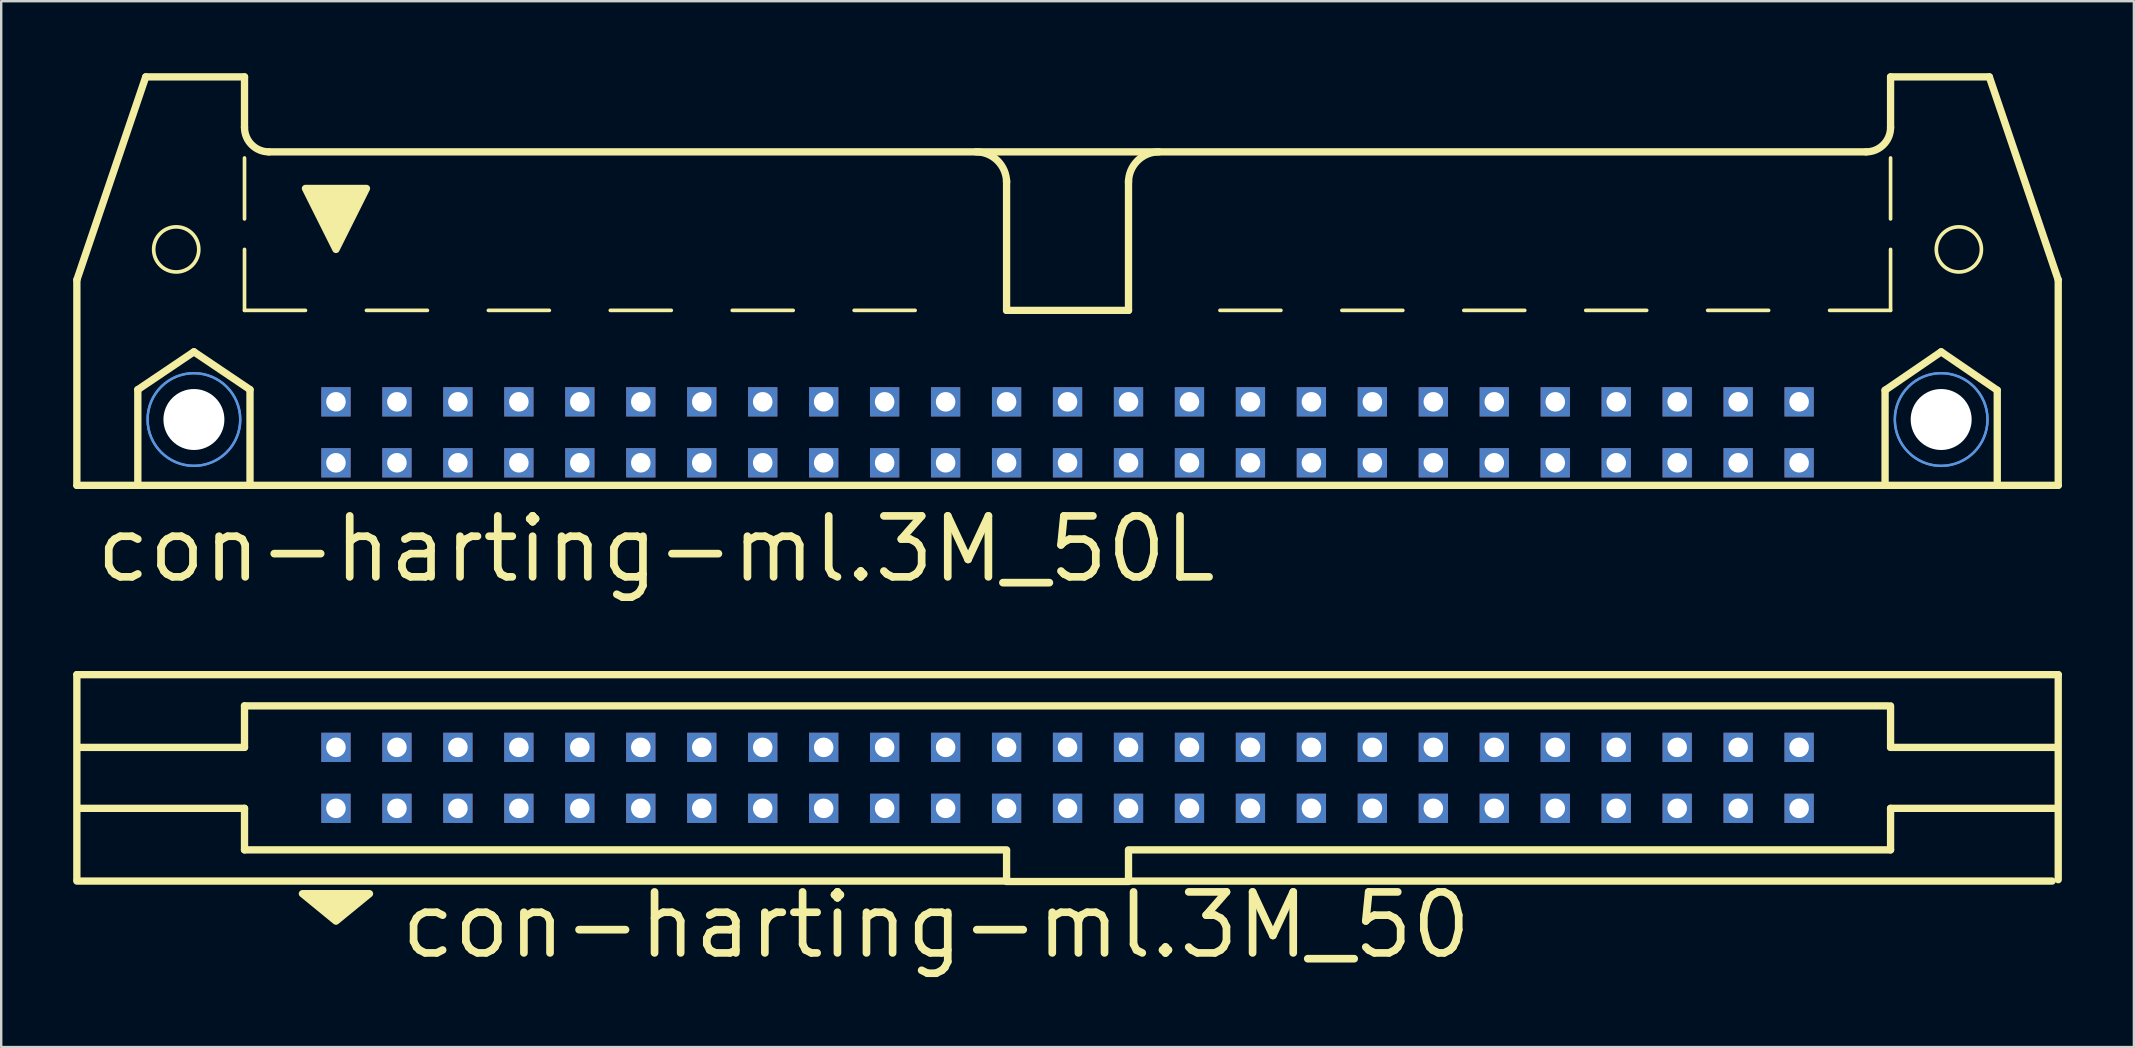
<source format=kicad_pcb>
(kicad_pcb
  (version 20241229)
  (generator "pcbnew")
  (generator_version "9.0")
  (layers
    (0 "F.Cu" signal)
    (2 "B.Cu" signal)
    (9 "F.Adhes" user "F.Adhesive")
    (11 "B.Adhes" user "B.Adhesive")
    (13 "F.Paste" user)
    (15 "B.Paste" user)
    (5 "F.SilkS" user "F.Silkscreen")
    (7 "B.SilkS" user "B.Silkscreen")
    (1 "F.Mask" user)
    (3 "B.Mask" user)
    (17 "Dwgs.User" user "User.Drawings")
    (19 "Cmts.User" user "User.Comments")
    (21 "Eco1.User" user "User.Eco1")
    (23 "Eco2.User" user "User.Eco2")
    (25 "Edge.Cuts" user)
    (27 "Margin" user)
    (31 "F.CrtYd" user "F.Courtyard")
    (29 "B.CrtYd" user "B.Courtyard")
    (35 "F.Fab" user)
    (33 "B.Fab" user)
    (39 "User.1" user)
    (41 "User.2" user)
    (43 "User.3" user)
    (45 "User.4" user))
  (footprint "con-harting-ml.3M_50L"
    (layer "F.Cu")
    (at 41.427 11.151)
    (property "Reference" "con-harting-ml.3M_50L" (at -40.64 10.16 0) (layer "F.SilkS") (effects (font (size 2.54 2.54) (thickness 0.32)) (justify left bottom)))
    (attr through_hole)
    (fp_line (start -41.275 -2.54) (end -41.275 6.02) (stroke (width 0.305) (type default)) (layer "F.SilkS"))
    (fp_line (start -41.275 -2.54) (end -38.405 -10.998) (stroke (width 0.305) (type default)) (layer "F.SilkS"))
    (fp_line (start -41.275 6.02) (end -38.735 6.02) (stroke (width 0.305) (type default)) (layer "F.SilkS"))
    (fp_line (start -38.735 2.032) (end -36.398 0.457) (stroke (width 0.305) (type default)) (layer "F.SilkS"))
    (fp_line (start -38.735 6.02) (end -38.735 2.032) (stroke (width 0.305) (type default)) (layer "F.SilkS"))
    (fp_line (start -38.735 6.02) (end -34.061 6.02) (stroke (width 0.305) (type default)) (layer "F.SilkS"))
    (fp_line (start -36.398 0.457) (end -34.061 2.032) (stroke (width 0.305) (type default)) (layer "F.SilkS"))
    (fp_line (start -34.29 -10.998) (end -38.405 -10.998) (stroke (width 0.305) (type default)) (layer "F.SilkS"))
    (fp_line (start -34.29 -8.89) (end -34.29 -10.998) (stroke (width 0.305) (type default)) (layer "F.SilkS"))
    (fp_line (start -34.29 -5.08) (end -34.29 -7.62) (stroke (width 0.152) (type default)) (layer "F.SilkS"))
    (fp_line (start -34.29 -1.27) (end -34.29 -3.81) (stroke (width 0.152) (type default)) (layer "F.SilkS"))
    (fp_line (start -34.29 -1.27) (end -31.75 -1.27) (stroke (width 0.152) (type default)) (layer "F.SilkS"))
    (fp_line (start -34.061 2.032) (end -34.061 6.02) (stroke (width 0.305) (type default)) (layer "F.SilkS"))
    (fp_line (start -34.061 6.02) (end 34.061 6.02) (stroke (width 0.305) (type default)) (layer "F.SilkS"))
    (fp_line (start -33.274 -7.874) (end 33.274 -7.874) (stroke (width 0.305) (type default)) (layer "F.SilkS"))
    (fp_line (start -29.21 -1.27) (end -26.67 -1.27) (stroke (width 0.152) (type default)) (layer "F.SilkS"))
    (fp_line (start -24.13 -1.27) (end -21.59 -1.27) (stroke (width 0.152) (type default)) (layer "F.SilkS"))
    (fp_line (start -19.05 -1.27) (end -16.51 -1.27) (stroke (width 0.152) (type default)) (layer "F.SilkS"))
    (fp_line (start -13.97 -1.27) (end -11.43 -1.27) (stroke (width 0.152) (type default)) (layer "F.SilkS"))
    (fp_line (start -8.89 -1.27) (end -6.35 -1.27) (stroke (width 0.152) (type default)) (layer "F.SilkS"))
    (fp_line (start -2.54 -1.27) (end -2.54 -6.68) (stroke (width 0.305) (type default)) (layer "F.SilkS"))
    (fp_line (start 2.54 -1.27) (end -2.54 -1.27) (stroke (width 0.305) (type default)) (layer "F.SilkS"))
    (fp_line (start 2.54 -1.27) (end 2.54 -6.68) (stroke (width 0.305) (type default)) (layer "F.SilkS"))
    (fp_line (start 8.89 -1.27) (end 6.35 -1.27) (stroke (width 0.152) (type default)) (layer "F.SilkS"))
    (fp_line (start 13.97 -1.27) (end 11.43 -1.27) (stroke (width 0.152) (type default)) (layer "F.SilkS"))
    (fp_line (start 19.05 -1.27) (end 16.51 -1.27) (stroke (width 0.152) (type default)) (layer "F.SilkS"))
    (fp_line (start 24.13 -1.27) (end 21.59 -1.27) (stroke (width 0.152) (type default)) (layer "F.SilkS"))
    (fp_line (start 29.21 -1.27) (end 26.67 -1.27) (stroke (width 0.152) (type default)) (layer "F.SilkS"))
    (fp_line (start 34.061 2.057) (end 36.398 0.457) (stroke (width 0.305) (type default)) (layer "F.SilkS"))
    (fp_line (start 34.061 6.02) (end 34.061 2.057) (stroke (width 0.305) (type default)) (layer "F.SilkS"))
    (fp_line (start 34.061 6.02) (end 38.735 6.02) (stroke (width 0.305) (type default)) (layer "F.SilkS"))
    (fp_line (start 34.29 -10.998) (end 38.405 -10.998) (stroke (width 0.305) (type default)) (layer "F.SilkS"))
    (fp_line (start 34.29 -8.89) (end 34.29 -10.998) (stroke (width 0.305) (type default)) (layer "F.SilkS"))
    (fp_line (start 34.29 -5.08) (end 34.29 -7.62) (stroke (width 0.152) (type default)) (layer "F.SilkS"))
    (fp_line (start 34.29 -1.27) (end 31.75 -1.27) (stroke (width 0.152) (type default)) (layer "F.SilkS"))
    (fp_line (start 34.29 -1.27) (end 34.29 -3.81) (stroke (width 0.152) (type default)) (layer "F.SilkS"))
    (fp_line (start 36.398 0.457) (end 38.735 2.057) (stroke (width 0.305) (type default)) (layer "F.SilkS"))
    (fp_line (start 38.735 2.057) (end 38.735 6.02) (stroke (width 0.305) (type default)) (layer "F.SilkS"))
    (fp_line (start 38.735 6.02) (end 41.275 6.02) (stroke (width 0.305) (type default)) (layer "F.SilkS"))
    (fp_line (start 41.275 -2.54) (end 38.405 -10.998) (stroke (width 0.305) (type default)) (layer "F.SilkS"))
    (fp_line (start 41.275 6.02) (end 41.275 -2.54) (stroke (width 0.305) (type default)) (layer "F.SilkS"))
    (fp_arc (start -33.274 -7.874) (mid -33.99242 -8.17158) (end -34.29 -8.89) (stroke (width 0.3048) (type default)) (layer "F.SilkS"))
    (fp_arc (start -3.81 -7.874) (mid -2.911974 -7.502026) (end -2.54 -6.604) (stroke (width 0.3048) (type default)) (layer "F.SilkS"))
    (fp_arc (start 2.54 -6.604) (mid 2.911974 -7.502026) (end 3.81 -7.874) (stroke (width 0.3048) (type default)) (layer "F.SilkS"))
    (fp_arc (start 34.29 -8.89) (mid 33.99242 -8.17158) (end 33.274 -7.874) (stroke (width 0.3048) (type default)) (layer "F.SilkS"))
    (fp_circle (center -37.135 -3.81) (end -36.195 -3.81) (stroke (width 0.152) (type default)) (fill no) (layer "F.SilkS"))
    (fp_circle (center 37.135 -3.81) (end 38.075 -3.81) (stroke (width 0.152) (type default)) (fill no) (layer "F.SilkS"))
    (fp_poly (pts (xy -31.75 -6.35) (xy -29.21 -6.35) (xy -30.48 -3.81)) (stroke (width 0.305) (type default)) (fill yes) (layer "F.SilkS"))
    (fp_circle (center -36.398 3.277) (end -34.468 3.277) (stroke (width 0.1) (type default)) (fill no) (layer "Cmts.User"))
    (fp_circle (center -36.398 3.277) (end -34.468 3.277) (stroke (width 0.1) (type default)) (fill no) (layer "Cmts.User"))
    (fp_circle (center 36.398 3.277) (end 38.329 3.277) (stroke (width 0.1) (type default)) (fill no) (layer "Cmts.User"))
    (fp_circle (center 36.398 3.277) (end 38.329 3.277) (stroke (width 0.1) (type default)) (fill no) (layer "Cmts.User"))
    (pad "" np_thru_hole circle (at -36.398 3.277) (size 2.54 2.54) (drill 2.54) (layers "*.Cu" "*.Mask"))
    (pad "" np_thru_hole circle (at 36.398 3.277) (size 2.54 2.54) (drill 2.54) (layers "*.Cu" "*.Mask"))
    (pad "1" thru_hole rect (at -30.48 5.08) (size 1.219 1.219) (drill 0.813) (layers "*.Cu" "*.Mask"))
    (pad "2" thru_hole rect (at -30.48 2.54) (size 1.219 1.219) (drill 0.813) (layers "*.Cu" "*.Mask"))
    (pad "3" thru_hole rect (at -27.94 5.08) (size 1.219 1.219) (drill 0.813) (layers "*.Cu" "*.Mask"))
    (pad "4" thru_hole rect (at -27.94 2.54) (size 1.219 1.219) (drill 0.813) (layers "*.Cu" "*.Mask"))
    (pad "5" thru_hole rect (at -25.4 5.08) (size 1.219 1.219) (drill 0.813) (layers "*.Cu" "*.Mask"))
    (pad "6" thru_hole rect (at -25.4 2.54) (size 1.219 1.219) (drill 0.813) (layers "*.Cu" "*.Mask"))
    (pad "7" thru_hole rect (at -22.86 5.08) (size 1.219 1.219) (drill 0.813) (layers "*.Cu" "*.Mask"))
    (pad "8" thru_hole rect (at -22.86 2.54) (size 1.219 1.219) (drill 0.813) (layers "*.Cu" "*.Mask"))
    (pad "9" thru_hole rect (at -20.32 5.08) (size 1.219 1.219) (drill 0.813) (layers "*.Cu" "*.Mask"))
    (pad "10" thru_hole rect (at -20.32 2.54) (size 1.219 1.219) (drill 0.813) (layers "*.Cu" "*.Mask"))
    (pad "11" thru_hole rect (at -17.78 5.08) (size 1.219 1.219) (drill 0.813) (layers "*.Cu" "*.Mask"))
    (pad "12" thru_hole rect (at -17.78 2.54) (size 1.219 1.219) (drill 0.813) (layers "*.Cu" "*.Mask"))
    (pad "13" thru_hole rect (at -15.24 5.08) (size 1.219 1.219) (drill 0.813) (layers "*.Cu" "*.Mask"))
    (pad "14" thru_hole rect (at -15.24 2.54) (size 1.219 1.219) (drill 0.813) (layers "*.Cu" "*.Mask"))
    (pad "15" thru_hole rect (at -12.7 5.08) (size 1.219 1.219) (drill 0.813) (layers "*.Cu" "*.Mask"))
    (pad "16" thru_hole rect (at -12.7 2.54) (size 1.219 1.219) (drill 0.813) (layers "*.Cu" "*.Mask"))
    (pad "17" thru_hole rect (at -10.16 5.08) (size 1.219 1.219) (drill 0.813) (layers "*.Cu" "*.Mask"))
    (pad "18" thru_hole rect (at -10.16 2.54) (size 1.219 1.219) (drill 0.813) (layers "*.Cu" "*.Mask"))
    (pad "19" thru_hole rect (at -7.62 5.08) (size 1.219 1.219) (drill 0.813) (layers "*.Cu" "*.Mask"))
    (pad "20" thru_hole rect (at -7.62 2.54) (size 1.219 1.219) (drill 0.813) (layers "*.Cu" "*.Mask"))
    (pad "21" thru_hole rect (at -5.08 5.08) (size 1.219 1.219) (drill 0.813) (layers "*.Cu" "*.Mask"))
    (pad "22" thru_hole rect (at -5.08 2.54) (size 1.219 1.219) (drill 0.813) (layers "*.Cu" "*.Mask"))
    (pad "23" thru_hole rect (at -2.54 5.08) (size 1.219 1.219) (drill 0.813) (layers "*.Cu" "*.Mask"))
    (pad "24" thru_hole rect (at -2.54 2.54) (size 1.219 1.219) (drill 0.813) (layers "*.Cu" "*.Mask"))
    (pad "25" thru_hole rect (at 0 5.08) (size 1.219 1.219) (drill 0.813) (layers "*.Cu" "*.Mask"))
    (pad "26" thru_hole rect (at 0 2.54) (size 1.219 1.219) (drill 0.813) (layers "*.Cu" "*.Mask"))
    (pad "27" thru_hole rect (at 2.54 5.08) (size 1.219 1.219) (drill 0.813) (layers "*.Cu" "*.Mask"))
    (pad "28" thru_hole rect (at 2.54 2.54) (size 1.219 1.219) (drill 0.813) (layers "*.Cu" "*.Mask"))
    (pad "29" thru_hole rect (at 5.08 5.08) (size 1.219 1.219) (drill 0.813) (layers "*.Cu" "*.Mask"))
    (pad "30" thru_hole rect (at 5.08 2.54) (size 1.219 1.219) (drill 0.813) (layers "*.Cu" "*.Mask"))
    (pad "31" thru_hole rect (at 7.62 5.08) (size 1.219 1.219) (drill 0.813) (layers "*.Cu" "*.Mask"))
    (pad "32" thru_hole rect (at 7.62 2.54) (size 1.219 1.219) (drill 0.813) (layers "*.Cu" "*.Mask"))
    (pad "33" thru_hole rect (at 10.16 5.08) (size 1.219 1.219) (drill 0.813) (layers "*.Cu" "*.Mask"))
    (pad "34" thru_hole rect (at 10.16 2.54) (size 1.219 1.219) (drill 0.813) (layers "*.Cu" "*.Mask"))
    (pad "35" thru_hole rect (at 12.7 5.08) (size 1.219 1.219) (drill 0.813) (layers "*.Cu" "*.Mask"))
    (pad "36" thru_hole rect (at 12.7 2.54) (size 1.219 1.219) (drill 0.813) (layers "*.Cu" "*.Mask"))
    (pad "37" thru_hole rect (at 15.24 5.08) (size 1.219 1.219) (drill 0.813) (layers "*.Cu" "*.Mask"))
    (pad "38" thru_hole rect (at 15.24 2.54) (size 1.219 1.219) (drill 0.813) (layers "*.Cu" "*.Mask"))
    (pad "39" thru_hole rect (at 17.78 5.08) (size 1.219 1.219) (drill 0.813) (layers "*.Cu" "*.Mask"))
    (pad "40" thru_hole rect (at 17.78 2.54) (size 1.219 1.219) (drill 0.813) (layers "*.Cu" "*.Mask"))
    (pad "41" thru_hole rect (at 20.32 5.08) (size 1.219 1.219) (drill 0.813) (layers "*.Cu" "*.Mask"))
    (pad "42" thru_hole rect (at 20.32 2.54) (size 1.219 1.219) (drill 0.813) (layers "*.Cu" "*.Mask"))
    (pad "43" thru_hole rect (at 22.86 5.08) (size 1.219 1.219) (drill 0.813) (layers "*.Cu" "*.Mask"))
    (pad "44" thru_hole rect (at 22.86 2.54) (size 1.219 1.219) (drill 0.813) (layers "*.Cu" "*.Mask"))
    (pad "45" thru_hole rect (at 25.4 5.08) (size 1.219 1.219) (drill 0.813) (layers "*.Cu" "*.Mask"))
    (pad "46" thru_hole rect (at 25.4 2.54) (size 1.219 1.219) (drill 0.813) (layers "*.Cu" "*.Mask"))
    (pad "47" thru_hole rect (at 27.94 5.08) (size 1.219 1.219) (drill 0.813) (layers "*.Cu" "*.Mask"))
    (pad "48" thru_hole rect (at 27.94 2.54) (size 1.219 1.219) (drill 0.813) (layers "*.Cu" "*.Mask"))
    (pad "49" thru_hole rect (at 30.48 5.08) (size 1.219 1.219) (drill 0.813) (layers "*.Cu" "*.Mask"))
    (pad "50" thru_hole rect (at 30.48 2.54) (size 1.219 1.219) (drill 0.813) (layers "*.Cu" "*.Mask")))
  (footprint "con-harting-ml.3M_50"
    (layer "F.Cu")
    (at 41.427 29.358)
    (property "Reference" "con-harting-ml.3M_50" (at -27.94 7.62 0) (layer "F.SilkS") (effects (font (size 2.54 2.54) (thickness 0.32)) (justify left bottom)))
    (attr through_hole)
    (fp_line (start -41.275 -4.3) (end -41.275 4.242) (stroke (width 0.305) (type default)) (layer "F.SilkS"))
    (fp_line (start -41.275 4.3) (end -2.54 4.3) (stroke (width 0.305) (type default)) (layer "F.SilkS"))
    (fp_line (start -34.29 -1.27) (end -41.148 -1.27) (stroke (width 0.305) (type default)) (layer "F.SilkS"))
    (fp_line (start -34.29 -1.27) (end -34.29 -3) (stroke (width 0.305) (type default)) (layer "F.SilkS"))
    (fp_line (start -34.29 1.27) (end -41.148 1.27) (stroke (width 0.305) (type default)) (layer "F.SilkS"))
    (fp_line (start -34.29 3) (end -34.29 1.27) (stroke (width 0.305) (type default)) (layer "F.SilkS"))
    (fp_line (start -2.54 3) (end -34.29 3) (stroke (width 0.305) (type default)) (layer "F.SilkS"))
    (fp_line (start -2.54 4.3) (end -2.54 3.048) (stroke (width 0.305) (type default)) (layer "F.SilkS"))
    (fp_line (start -2.54 4.318) (end 2.54 4.318) (stroke (width 0.305) (type default)) (layer "F.SilkS"))
    (fp_line (start 2.54 3.048) (end 2.54 4.3) (stroke (width 0.305) (type default)) (layer "F.SilkS"))
    (fp_line (start 2.54 4.3) (end 41.021 4.3) (stroke (width 0.305) (type default)) (layer "F.SilkS"))
    (fp_line (start 34.163 -3) (end -34.29 -3) (stroke (width 0.305) (type default)) (layer "F.SilkS"))
    (fp_line (start 34.29 -1.27) (end 34.29 -3) (stroke (width 0.305) (type default)) (layer "F.SilkS"))
    (fp_line (start 34.29 -1.27) (end 41.148 -1.27) (stroke (width 0.305) (type default)) (layer "F.SilkS"))
    (fp_line (start 34.29 1.27) (end 41.148 1.27) (stroke (width 0.305) (type default)) (layer "F.SilkS"))
    (fp_line (start 34.29 3) (end 2.54 3) (stroke (width 0.305) (type default)) (layer "F.SilkS"))
    (fp_line (start 34.29 3) (end 34.29 1.27) (stroke (width 0.305) (type default)) (layer "F.SilkS"))
    (fp_line (start 41.275 -4.3) (end -41.275 -4.3) (stroke (width 0.305) (type default)) (layer "F.SilkS"))
    (fp_line (start 41.275 4.242) (end 41.275 -4.3) (stroke (width 0.305) (type default)) (layer "F.SilkS"))
    (fp_poly (pts (xy -31.877 4.826) (xy -29.083 4.826) (xy -30.48 5.969)) (stroke (width 0.305) (type default)) (fill yes) (layer "F.SilkS"))
    (pad "1" thru_hole rect (at -30.48 1.27) (size 1.219 1.219) (drill 0.813) (layers "*.Cu" "*.Mask"))
    (pad "2" thru_hole rect (at -30.48 -1.27) (size 1.219 1.219) (drill 0.813) (layers "*.Cu" "*.Mask"))
    (pad "3" thru_hole rect (at -27.94 1.27) (size 1.219 1.219) (drill 0.813) (layers "*.Cu" "*.Mask"))
    (pad "4" thru_hole rect (at -27.94 -1.27) (size 1.219 1.219) (drill 0.813) (layers "*.Cu" "*.Mask"))
    (pad "5" thru_hole rect (at -25.4 1.27) (size 1.219 1.219) (drill 0.813) (layers "*.Cu" "*.Mask"))
    (pad "6" thru_hole rect (at -25.4 -1.27) (size 1.219 1.219) (drill 0.813) (layers "*.Cu" "*.Mask"))
    (pad "7" thru_hole rect (at -22.86 1.27) (size 1.219 1.219) (drill 0.813) (layers "*.Cu" "*.Mask"))
    (pad "8" thru_hole rect (at -22.86 -1.27) (size 1.219 1.219) (drill 0.813) (layers "*.Cu" "*.Mask"))
    (pad "9" thru_hole rect (at -20.32 1.27) (size 1.219 1.219) (drill 0.813) (layers "*.Cu" "*.Mask"))
    (pad "10" thru_hole rect (at -20.32 -1.27) (size 1.219 1.219) (drill 0.813) (layers "*.Cu" "*.Mask"))
    (pad "11" thru_hole rect (at -17.78 1.27) (size 1.219 1.219) (drill 0.813) (layers "*.Cu" "*.Mask"))
    (pad "12" thru_hole rect (at -17.78 -1.27) (size 1.219 1.219) (drill 0.813) (layers "*.Cu" "*.Mask"))
    (pad "13" thru_hole rect (at -15.24 1.27) (size 1.219 1.219) (drill 0.813) (layers "*.Cu" "*.Mask"))
    (pad "14" thru_hole rect (at -15.24 -1.27) (size 1.219 1.219) (drill 0.813) (layers "*.Cu" "*.Mask"))
    (pad "15" thru_hole rect (at -12.7 1.27) (size 1.219 1.219) (drill 0.813) (layers "*.Cu" "*.Mask"))
    (pad "16" thru_hole rect (at -12.7 -1.27) (size 1.219 1.219) (drill 0.813) (layers "*.Cu" "*.Mask"))
    (pad "17" thru_hole rect (at -10.16 1.27) (size 1.219 1.219) (drill 0.813) (layers "*.Cu" "*.Mask"))
    (pad "18" thru_hole rect (at -10.16 -1.27) (size 1.219 1.219) (drill 0.813) (layers "*.Cu" "*.Mask"))
    (pad "19" thru_hole rect (at -7.62 1.27) (size 1.219 1.219) (drill 0.813) (layers "*.Cu" "*.Mask"))
    (pad "20" thru_hole rect (at -7.62 -1.27) (size 1.219 1.219) (drill 0.813) (layers "*.Cu" "*.Mask"))
    (pad "21" thru_hole rect (at -5.08 1.27) (size 1.219 1.219) (drill 0.813) (layers "*.Cu" "*.Mask"))
    (pad "22" thru_hole rect (at -5.08 -1.27) (size 1.219 1.219) (drill 0.813) (layers "*.Cu" "*.Mask"))
    (pad "23" thru_hole rect (at -2.54 1.27) (size 1.219 1.219) (drill 0.813) (layers "*.Cu" "*.Mask"))
    (pad "24" thru_hole rect (at -2.54 -1.27) (size 1.219 1.219) (drill 0.813) (layers "*.Cu" "*.Mask"))
    (pad "25" thru_hole rect (at 0 1.27) (size 1.219 1.219) (drill 0.813) (layers "*.Cu" "*.Mask"))
    (pad "26" thru_hole rect (at 0 -1.27) (size 1.219 1.219) (drill 0.813) (layers "*.Cu" "*.Mask"))
    (pad "27" thru_hole rect (at 2.54 1.27) (size 1.219 1.219) (drill 0.813) (layers "*.Cu" "*.Mask"))
    (pad "28" thru_hole rect (at 2.54 -1.27) (size 1.219 1.219) (drill 0.813) (layers "*.Cu" "*.Mask"))
    (pad "29" thru_hole rect (at 5.08 1.27) (size 1.219 1.219) (drill 0.813) (layers "*.Cu" "*.Mask"))
    (pad "30" thru_hole rect (at 5.08 -1.27) (size 1.219 1.219) (drill 0.813) (layers "*.Cu" "*.Mask"))
    (pad "31" thru_hole rect (at 7.62 1.27) (size 1.219 1.219) (drill 0.813) (layers "*.Cu" "*.Mask"))
    (pad "32" thru_hole rect (at 7.62 -1.27) (size 1.219 1.219) (drill 0.813) (layers "*.Cu" "*.Mask"))
    (pad "33" thru_hole rect (at 10.16 1.27) (size 1.219 1.219) (drill 0.813) (layers "*.Cu" "*.Mask"))
    (pad "34" thru_hole rect (at 10.16 -1.27) (size 1.219 1.219) (drill 0.813) (layers "*.Cu" "*.Mask"))
    (pad "35" thru_hole rect (at 12.7 1.27) (size 1.219 1.219) (drill 0.813) (layers "*.Cu" "*.Mask"))
    (pad "36" thru_hole rect (at 12.7 -1.27) (size 1.219 1.219) (drill 0.813) (layers "*.Cu" "*.Mask"))
    (pad "37" thru_hole rect (at 15.24 1.27) (size 1.219 1.219) (drill 0.813) (layers "*.Cu" "*.Mask"))
    (pad "38" thru_hole rect (at 15.24 -1.27) (size 1.219 1.219) (drill 0.813) (layers "*.Cu" "*.Mask"))
    (pad "39" thru_hole rect (at 17.78 1.27) (size 1.219 1.219) (drill 0.813) (layers "*.Cu" "*.Mask"))
    (pad "40" thru_hole rect (at 17.78 -1.27) (size 1.219 1.219) (drill 0.813) (layers "*.Cu" "*.Mask"))
    (pad "41" thru_hole rect (at 20.32 1.27) (size 1.219 1.219) (drill 0.813) (layers "*.Cu" "*.Mask"))
    (pad "42" thru_hole rect (at 20.32 -1.27) (size 1.219 1.219) (drill 0.813) (layers "*.Cu" "*.Mask"))
    (pad "43" thru_hole rect (at 22.86 1.27) (size 1.219 1.219) (drill 0.813) (layers "*.Cu" "*.Mask"))
    (pad "44" thru_hole rect (at 22.86 -1.27) (size 1.219 1.219) (drill 0.813) (layers "*.Cu" "*.Mask"))
    (pad "45" thru_hole rect (at 25.4 1.27) (size 1.219 1.219) (drill 0.813) (layers "*.Cu" "*.Mask"))
    (pad "46" thru_hole rect (at 25.4 -1.27) (size 1.219 1.219) (drill 0.813) (layers "*.Cu" "*.Mask"))
    (pad "47" thru_hole rect (at 27.94 1.27) (size 1.219 1.219) (drill 0.813) (layers "*.Cu" "*.Mask"))
    (pad "48" thru_hole rect (at 27.94 -1.27) (size 1.219 1.219) (drill 0.813) (layers "*.Cu" "*.Mask"))
    (pad "49" thru_hole rect (at 30.48 1.27) (size 1.219 1.219) (drill 0.813) (layers "*.Cu" "*.Mask"))
    (pad "50" thru_hole rect (at 30.48 -1.27) (size 1.219 1.219) (drill 0.813) (layers "*.Cu" "*.Mask")))
  (gr_rect
    (start -3 -3)
    (end 85.855 40.573)
    (stroke (width 0.1) (type default))
    (fill no)
    (layer "Edge.Cuts")))
</source>
